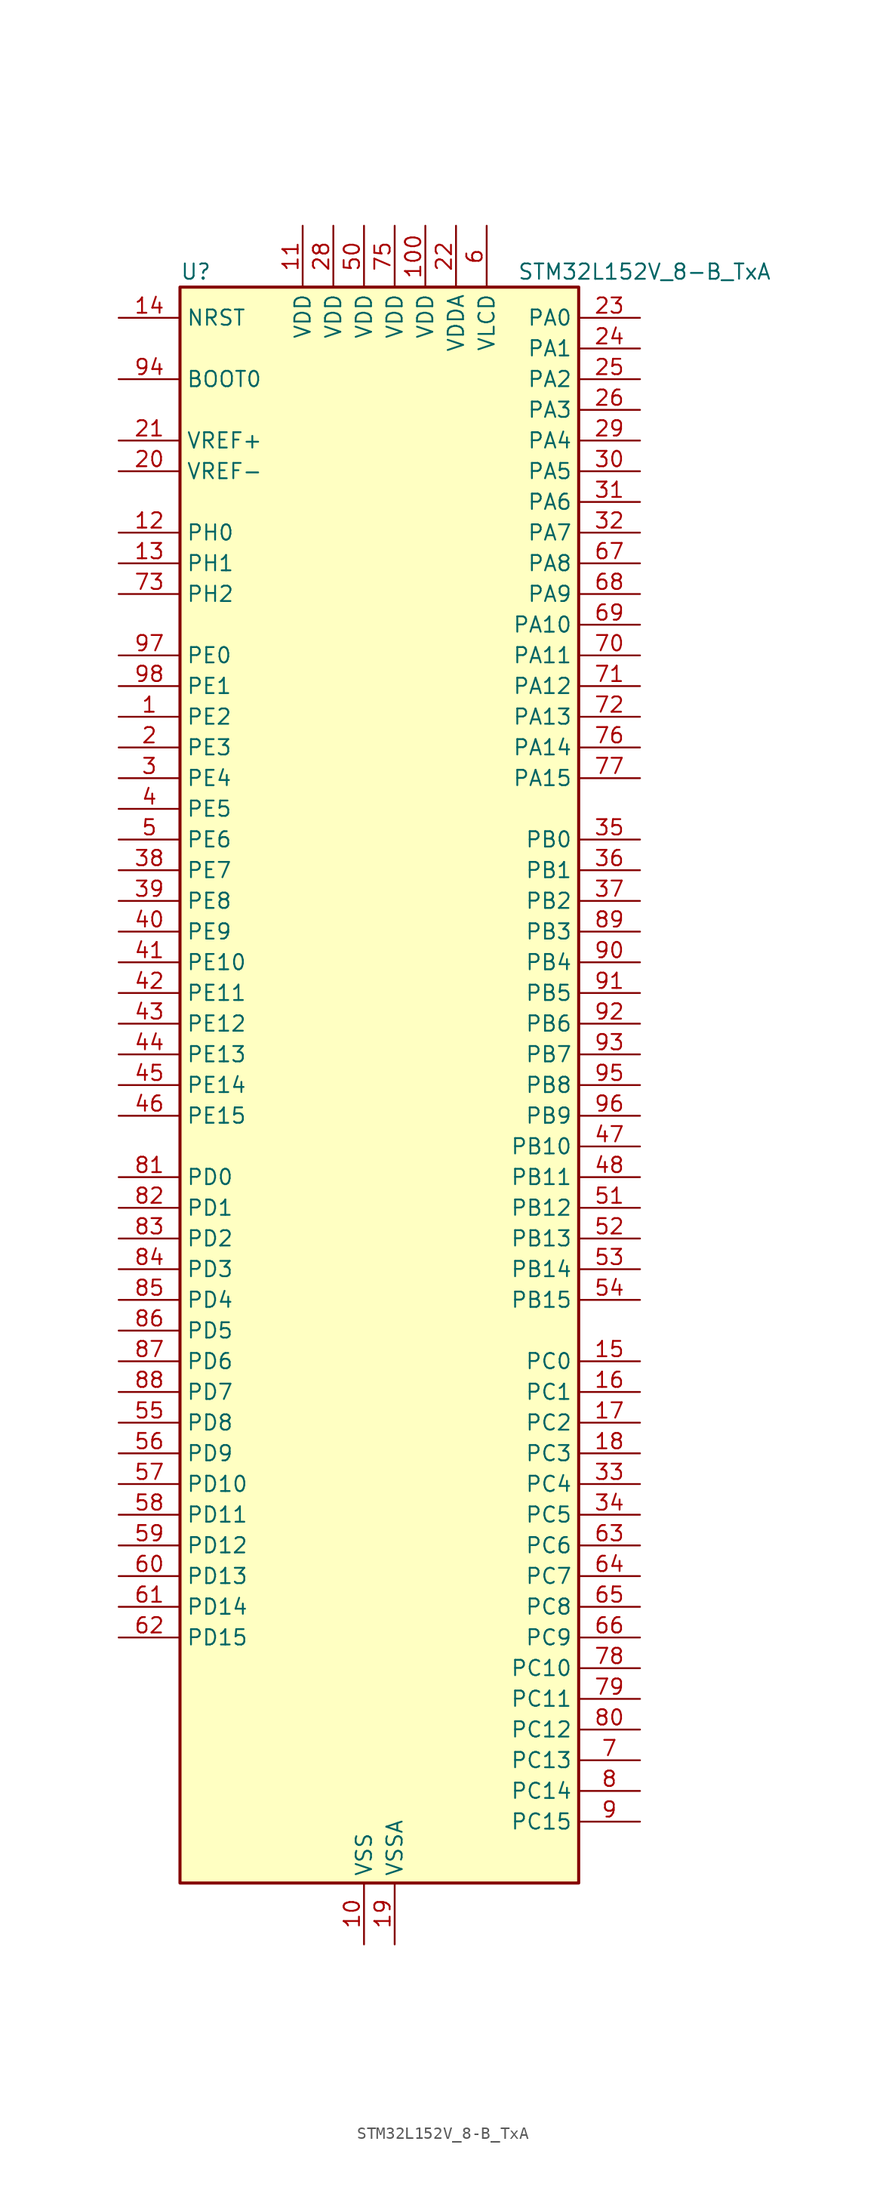
<source format=kicad_sym>
(kicad_symbol_lib
  (version 20220914)
  (generator kicad_symbol_editor)
  (symbol "STM32L152V_8-B_TxA"
    (property "Reference" "U"
      (at -15.24 67.31 0)
      (effects (font (size 1.27 1.27)) (justify left)))
    (property "Value" "STM32L152V_8-B_TxA"
      (at 12.7 67.31 0)
      (effects (font (size 1.27 1.27)) (justify left)))
    (property "ki_locked" ""
      (at 0 0 0)
      (effects (font (size 1.27 1.27))))
    (symbol "STM32L152V_8-B_TxA_0_1"
      (rectangle (start -15.24 -66.04) (end 17.78 66.04) (stroke (width 0.254) (type default)) (fill (type background))))
    (symbol "STM32L152V_8-B_TxA_1_1"
      (pin bidirectional line (at -20.32 30.48 0) (length 5.08) (name "PE2" (effects (font (size 1.27 1.27)))) (number "1" (effects (font (size 1.27 1.27)))) (alternate "LCD_SEG38" bidirectional line) (alternate "SYS_TRACECK" bidirectional line) (alternate "TIM3_ETR" bidirectional line) (alternate "TIMX_IC3" bidirectional line))
      (pin power_in line (at 0 -71.12 90) (length 5.08) (name "VSS" (effects (font (size 1.27 1.27)))) (number "10" (effects (font (size 1.27 1.27)))))
      (pin power_in line (at 5.08 71.12 270) (length 5.08) (name "VDD" (effects (font (size 1.27 1.27)))) (number "100" (effects (font (size 1.27 1.27)))))
      (pin power_in line (at -5.08 71.12 270) (length 5.08) (name "VDD" (effects (font (size 1.27 1.27)))) (number "11" (effects (font (size 1.27 1.27)))))
      (pin bidirectional line (at -20.32 45.72 0) (length 5.08) (name "PH0" (effects (font (size 1.27 1.27)))) (number "12" (effects (font (size 1.27 1.27)))) (alternate "RCC_OSC_IN" bidirectional line))
      (pin bidirectional line (at -20.32 43.18 0) (length 5.08) (name "PH1" (effects (font (size 1.27 1.27)))) (number "13" (effects (font (size 1.27 1.27)))) (alternate "RCC_OSC_OUT" bidirectional line))
      (pin input line (at -20.32 63.5 0) (length 5.08) (name "NRST" (effects (font (size 1.27 1.27)))) (number "14" (effects (font (size 1.27 1.27)))))
      (pin bidirectional line (at 22.86 -22.86 180) (length 5.08) (name "PC0" (effects (font (size 1.27 1.27)))) (number "15" (effects (font (size 1.27 1.27)))) (alternate "ADC_IN10" bidirectional line) (alternate "COMP1_INP" bidirectional line) (alternate "LCD_SEG18" bidirectional line) (alternate "TIMX_IC1" bidirectional line) (alternate "TS_G8_IO1" bidirectional line))
      (pin bidirectional line (at 22.86 -25.4 180) (length 5.08) (name "PC1" (effects (font (size 1.27 1.27)))) (number "16" (effects (font (size 1.27 1.27)))) (alternate "ADC_IN11" bidirectional line) (alternate "COMP1_INP" bidirectional line) (alternate "LCD_SEG19" bidirectional line) (alternate "TIMX_IC2" bidirectional line) (alternate "TS_G8_IO2" bidirectional line))
      (pin bidirectional line (at 22.86 -27.94 180) (length 5.08) (name "PC2" (effects (font (size 1.27 1.27)))) (number "17" (effects (font (size 1.27 1.27)))) (alternate "ADC_IN12" bidirectional line) (alternate "COMP1_INP" bidirectional line) (alternate "LCD_SEG20" bidirectional line) (alternate "TIMX_IC3" bidirectional line) (alternate "TS_G8_IO3" bidirectional line))
      (pin bidirectional line (at 22.86 -30.48 180) (length 5.08) (name "PC3" (effects (font (size 1.27 1.27)))) (number "18" (effects (font (size 1.27 1.27)))) (alternate "ADC_IN13" bidirectional line) (alternate "COMP1_INP" bidirectional line) (alternate "LCD_SEG21" bidirectional line) (alternate "TIMX_IC4" bidirectional line) (alternate "TS_G8_IO4" bidirectional line))
      (pin power_in line (at 2.54 -71.12 90) (length 5.08) (name "VSSA" (effects (font (size 1.27 1.27)))) (number "19" (effects (font (size 1.27 1.27)))))
      (pin bidirectional line (at -20.32 27.94 0) (length 5.08) (name "PE3" (effects (font (size 1.27 1.27)))) (number "2" (effects (font (size 1.27 1.27)))) (alternate "LCD_SEG39" bidirectional line) (alternate "SYS_TRACED0" bidirectional line) (alternate "TIM3_CH1" bidirectional line) (alternate "TIMX_IC4" bidirectional line))
      (pin input line (at -20.32 50.8 0) (length 5.08) (name "VREF-" (effects (font (size 1.27 1.27)))) (number "20" (effects (font (size 1.27 1.27)))))
      (pin input line (at -20.32 53.34 0) (length 5.08) (name "VREF+" (effects (font (size 1.27 1.27)))) (number "21" (effects (font (size 1.27 1.27)))))
      (pin power_in line (at 7.62 71.12 270) (length 5.08) (name "VDDA" (effects (font (size 1.27 1.27)))) (number "22" (effects (font (size 1.27 1.27)))))
      (pin bidirectional line (at 22.86 63.5 180) (length 5.08) (name "PA0" (effects (font (size 1.27 1.27)))) (number "23" (effects (font (size 1.27 1.27)))) (alternate "ADC_IN0" bidirectional line) (alternate "COMP1_INP" bidirectional line) (alternate "RTC_TAMP2" bidirectional line) (alternate "SYS_WKUP1" bidirectional line) (alternate "TIM2_CH1" bidirectional line) (alternate "TIM2_ETR" bidirectional line) (alternate "TIMX_IC1" bidirectional line) (alternate "TS_G1_IO1" bidirectional line) (alternate "USART2_CTS" bidirectional line))
      (pin bidirectional line (at 22.86 60.96 180) (length 5.08) (name "PA1" (effects (font (size 1.27 1.27)))) (number "24" (effects (font (size 1.27 1.27)))) (alternate "ADC_IN1" bidirectional line) (alternate "COMP1_INP" bidirectional line) (alternate "LCD_SEG0" bidirectional line) (alternate "TIM2_CH2" bidirectional line) (alternate "TIMX_IC2" bidirectional line) (alternate "TS_G1_IO2" bidirectional line) (alternate "USART2_RTS" bidirectional line))
      (pin bidirectional line (at 22.86 58.42 180) (length 5.08) (name "PA2" (effects (font (size 1.27 1.27)))) (number "25" (effects (font (size 1.27 1.27)))) (alternate "ADC_IN2" bidirectional line) (alternate "COMP1_INP" bidirectional line) (alternate "LCD_SEG1" bidirectional line) (alternate "TIM2_CH3" bidirectional line) (alternate "TIM9_CH1" bidirectional line) (alternate "TIMX_IC3" bidirectional line) (alternate "TS_G1_IO3" bidirectional line) (alternate "USART2_TX" bidirectional line))
      (pin bidirectional line (at 22.86 55.88 180) (length 5.08) (name "PA3" (effects (font (size 1.27 1.27)))) (number "26" (effects (font (size 1.27 1.27)))) (alternate "ADC_IN3" bidirectional line) (alternate "COMP1_INP" bidirectional line) (alternate "LCD_SEG2" bidirectional line) (alternate "TIM2_CH4" bidirectional line) (alternate "TIM9_CH2" bidirectional line) (alternate "TIMX_IC4" bidirectional line) (alternate "TS_G1_IO4" bidirectional line) (alternate "USART2_RX" bidirectional line))
      (pin passive line (at 0 -71.12 90) (length 5.08) hide (name "VSS" (effects (font (size 1.27 1.27)))) (number "27" (effects (font (size 1.27 1.27)))))
      (pin power_in line (at -2.54 71.12 270) (length 5.08) (name "VDD" (effects (font (size 1.27 1.27)))) (number "28" (effects (font (size 1.27 1.27)))))
      (pin bidirectional line (at 22.86 53.34 180) (length 5.08) (name "PA4" (effects (font (size 1.27 1.27)))) (number "29" (effects (font (size 1.27 1.27)))) (alternate "ADC_IN4" bidirectional line) (alternate "COMP1_INP" bidirectional line) (alternate "DAC_OUT1" bidirectional line) (alternate "SPI1_NSS" bidirectional line) (alternate "TIMX_IC1" bidirectional line) (alternate "USART2_CK" bidirectional line))
      (pin bidirectional line (at -20.32 25.4 0) (length 5.08) (name "PE4" (effects (font (size 1.27 1.27)))) (number "3" (effects (font (size 1.27 1.27)))) (alternate "SYS_TRACED1" bidirectional line) (alternate "TIM3_CH2" bidirectional line) (alternate "TIMX_IC1" bidirectional line))
      (pin bidirectional line (at 22.86 50.8 180) (length 5.08) (name "PA5" (effects (font (size 1.27 1.27)))) (number "30" (effects (font (size 1.27 1.27)))) (alternate "ADC_IN5" bidirectional line) (alternate "COMP1_INP" bidirectional line) (alternate "DAC_OUT2" bidirectional line) (alternate "SPI1_SCK" bidirectional line) (alternate "TIM2_CH1" bidirectional line) (alternate "TIM2_ETR" bidirectional line) (alternate "TIMX_IC2" bidirectional line))
      (pin bidirectional line (at 22.86 48.26 180) (length 5.08) (name "PA6" (effects (font (size 1.27 1.27)))) (number "31" (effects (font (size 1.27 1.27)))) (alternate "ADC_IN6" bidirectional line) (alternate "COMP1_INP" bidirectional line) (alternate "LCD_SEG3" bidirectional line) (alternate "SPI1_MISO" bidirectional line) (alternate "TIM10_CH1" bidirectional line) (alternate "TIM3_CH1" bidirectional line) (alternate "TIMX_IC3" bidirectional line) (alternate "TS_G2_IO1" bidirectional line))
      (pin bidirectional line (at 22.86 45.72 180) (length 5.08) (name "PA7" (effects (font (size 1.27 1.27)))) (number "32" (effects (font (size 1.27 1.27)))) (alternate "ADC_IN7" bidirectional line) (alternate "COMP1_INP" bidirectional line) (alternate "LCD_SEG4" bidirectional line) (alternate "SPI1_MOSI" bidirectional line) (alternate "TIM11_CH1" bidirectional line) (alternate "TIM3_CH2" bidirectional line) (alternate "TIMX_IC4" bidirectional line) (alternate "TS_G2_IO2" bidirectional line))
      (pin bidirectional line (at 22.86 -33.02 180) (length 5.08) (name "PC4" (effects (font (size 1.27 1.27)))) (number "33" (effects (font (size 1.27 1.27)))) (alternate "ADC_IN14" bidirectional line) (alternate "COMP1_INP" bidirectional line) (alternate "LCD_SEG22" bidirectional line) (alternate "TIMX_IC1" bidirectional line) (alternate "TS_G9_IO1" bidirectional line))
      (pin bidirectional line (at 22.86 -35.56 180) (length 5.08) (name "PC5" (effects (font (size 1.27 1.27)))) (number "34" (effects (font (size 1.27 1.27)))) (alternate "ADC_IN15" bidirectional line) (alternate "COMP1_INP" bidirectional line) (alternate "LCD_SEG23" bidirectional line) (alternate "TIMX_IC2" bidirectional line) (alternate "TS_G9_IO2" bidirectional line))
      (pin bidirectional line (at 22.86 20.32 180) (length 5.08) (name "PB0" (effects (font (size 1.27 1.27)))) (number "35" (effects (font (size 1.27 1.27)))) (alternate "ADC_IN8" bidirectional line) (alternate "COMP1_INP" bidirectional line) (alternate "LCD_SEG5" bidirectional line) (alternate "SYS_V_REF_OUT" bidirectional line) (alternate "TIM3_CH3" bidirectional line) (alternate "TS_G3_IO1" bidirectional line))
      (pin bidirectional line (at 22.86 17.78 180) (length 5.08) (name "PB1" (effects (font (size 1.27 1.27)))) (number "36" (effects (font (size 1.27 1.27)))) (alternate "ADC_IN9" bidirectional line) (alternate "COMP1_INP" bidirectional line) (alternate "LCD_SEG6" bidirectional line) (alternate "SYS_V_REF_OUT" bidirectional line) (alternate "TIM3_CH4" bidirectional line) (alternate "TS_G3_IO2" bidirectional line))
      (pin bidirectional line (at 22.86 15.24 180) (length 5.08) (name "PB2" (effects (font (size 1.27 1.27)))) (number "37" (effects (font (size 1.27 1.27)))) (alternate "TS_G3_IO3" bidirectional line))
      (pin bidirectional line (at -20.32 17.78 0) (length 5.08) (name "PE7" (effects (font (size 1.27 1.27)))) (number "38" (effects (font (size 1.27 1.27)))) (alternate "ADC_IN22" bidirectional line) (alternate "COMP1_INP" bidirectional line) (alternate "TIMX_IC4" bidirectional line))
      (pin bidirectional line (at -20.32 15.24 0) (length 5.08) (name "PE8" (effects (font (size 1.27 1.27)))) (number "39" (effects (font (size 1.27 1.27)))) (alternate "ADC_IN23" bidirectional line) (alternate "COMP1_INP" bidirectional line) (alternate "TIMX_IC1" bidirectional line))
      (pin bidirectional line (at -20.32 22.86 0) (length 5.08) (name "PE5" (effects (font (size 1.27 1.27)))) (number "4" (effects (font (size 1.27 1.27)))) (alternate "SYS_TRACED2" bidirectional line) (alternate "TIM9_CH1" bidirectional line) (alternate "TIMX_IC2" bidirectional line))
      (pin bidirectional line (at -20.32 12.7 0) (length 5.08) (name "PE9" (effects (font (size 1.27 1.27)))) (number "40" (effects (font (size 1.27 1.27)))) (alternate "ADC_IN24" bidirectional line) (alternate "COMP1_INP" bidirectional line) (alternate "DAC_EXTI9" bidirectional line) (alternate "TIM2_CH1" bidirectional line) (alternate "TIM2_ETR" bidirectional line) (alternate "TIMX_IC2" bidirectional line))
      (pin bidirectional line (at -20.32 10.16 0) (length 5.08) (name "PE10" (effects (font (size 1.27 1.27)))) (number "41" (effects (font (size 1.27 1.27)))) (alternate "ADC_IN25" bidirectional line) (alternate "COMP1_INP" bidirectional line) (alternate "TIM2_CH2" bidirectional line) (alternate "TIMX_IC3" bidirectional line))
      (pin bidirectional line (at -20.32 7.62 0) (length 5.08) (name "PE11" (effects (font (size 1.27 1.27)))) (number "42" (effects (font (size 1.27 1.27)))) (alternate "ADC_EXTI11" bidirectional line) (alternate "TIM2_CH3" bidirectional line) (alternate "TIMX_IC4" bidirectional line))
      (pin bidirectional line (at -20.32 5.08 0) (length 5.08) (name "PE12" (effects (font (size 1.27 1.27)))) (number "43" (effects (font (size 1.27 1.27)))) (alternate "SPI1_NSS" bidirectional line) (alternate "TIM2_CH4" bidirectional line) (alternate "TIMX_IC1" bidirectional line))
      (pin bidirectional line (at -20.32 2.54 0) (length 5.08) (name "PE13" (effects (font (size 1.27 1.27)))) (number "44" (effects (font (size 1.27 1.27)))) (alternate "SPI1_SCK" bidirectional line) (alternate "TIMX_IC2" bidirectional line))
      (pin bidirectional line (at -20.32 0 0) (length 5.08) (name "PE14" (effects (font (size 1.27 1.27)))) (number "45" (effects (font (size 1.27 1.27)))) (alternate "SPI1_MISO" bidirectional line) (alternate "TIMX_IC3" bidirectional line))
      (pin bidirectional line (at -20.32 -2.54 0) (length 5.08) (name "PE15" (effects (font (size 1.27 1.27)))) (number "46" (effects (font (size 1.27 1.27)))) (alternate "ADC_EXTI15" bidirectional line) (alternate "SPI1_MOSI" bidirectional line) (alternate "TIMX_IC4" bidirectional line))
      (pin bidirectional line (at 22.86 -5.08 180) (length 5.08) (name "PB10" (effects (font (size 1.27 1.27)))) (number "47" (effects (font (size 1.27 1.27)))) (alternate "I2C2_SCL" bidirectional line) (alternate "LCD_SEG10" bidirectional line) (alternate "TIM2_CH3" bidirectional line) (alternate "USART3_TX" bidirectional line))
      (pin bidirectional line (at 22.86 -7.62 180) (length 5.08) (name "PB11" (effects (font (size 1.27 1.27)))) (number "48" (effects (font (size 1.27 1.27)))) (alternate "ADC_EXTI11" bidirectional line) (alternate "I2C2_SDA" bidirectional line) (alternate "LCD_SEG11" bidirectional line) (alternate "TIM2_CH4" bidirectional line) (alternate "USART3_RX" bidirectional line))
      (pin passive line (at 0 -71.12 90) (length 5.08) hide (name "VSS" (effects (font (size 1.27 1.27)))) (number "49" (effects (font (size 1.27 1.27)))))
      (pin bidirectional line (at -20.32 20.32 0) (length 5.08) (name "PE6" (effects (font (size 1.27 1.27)))) (number "5" (effects (font (size 1.27 1.27)))) (alternate "RTC_TAMP3" bidirectional line) (alternate "SYS_TRACED3" bidirectional line) (alternate "SYS_WKUP3" bidirectional line) (alternate "TIM9_CH2" bidirectional line) (alternate "TIMX_IC3" bidirectional line))
      (pin power_in line (at 0 71.12 270) (length 5.08) (name "VDD" (effects (font (size 1.27 1.27)))) (number "50" (effects (font (size 1.27 1.27)))))
      (pin bidirectional line (at 22.86 -10.16 180) (length 5.08) (name "PB12" (effects (font (size 1.27 1.27)))) (number "51" (effects (font (size 1.27 1.27)))) (alternate "ADC_IN18" bidirectional line) (alternate "COMP1_INP" bidirectional line) (alternate "I2C2_SMBA" bidirectional line) (alternate "LCD_SEG12" bidirectional line) (alternate "SPI2_NSS" bidirectional line) (alternate "TIM10_CH1" bidirectional line) (alternate "TS_G7_IO1" bidirectional line) (alternate "USART3_CK" bidirectional line))
      (pin bidirectional line (at 22.86 -12.7 180) (length 5.08) (name "PB13" (effects (font (size 1.27 1.27)))) (number "52" (effects (font (size 1.27 1.27)))) (alternate "ADC_IN19" bidirectional line) (alternate "COMP1_INP" bidirectional line) (alternate "LCD_SEG13" bidirectional line) (alternate "SPI2_SCK" bidirectional line) (alternate "TIM9_CH1" bidirectional line) (alternate "TS_G7_IO2" bidirectional line) (alternate "USART3_CTS" bidirectional line))
      (pin bidirectional line (at 22.86 -15.24 180) (length 5.08) (name "PB14" (effects (font (size 1.27 1.27)))) (number "53" (effects (font (size 1.27 1.27)))) (alternate "ADC_IN20" bidirectional line) (alternate "COMP1_INP" bidirectional line) (alternate "LCD_SEG14" bidirectional line) (alternate "SPI2_MISO" bidirectional line) (alternate "TIM9_CH2" bidirectional line) (alternate "TS_G7_IO3" bidirectional line) (alternate "USART3_RTS" bidirectional line))
      (pin bidirectional line (at 22.86 -17.78 180) (length 5.08) (name "PB15" (effects (font (size 1.27 1.27)))) (number "54" (effects (font (size 1.27 1.27)))) (alternate "ADC_EXTI15" bidirectional line) (alternate "ADC_IN21" bidirectional line) (alternate "COMP1_INP" bidirectional line) (alternate "LCD_SEG15" bidirectional line) (alternate "RTC_REFIN" bidirectional line) (alternate "SPI2_MOSI" bidirectional line) (alternate "TIM11_CH1" bidirectional line) (alternate "TS_G7_IO4" bidirectional line))
      (pin bidirectional line (at -20.32 -27.94 0) (length 5.08) (name "PD8" (effects (font (size 1.27 1.27)))) (number "55" (effects (font (size 1.27 1.27)))) (alternate "LCD_SEG28" bidirectional line) (alternate "TIMX_IC1" bidirectional line) (alternate "USART3_TX" bidirectional line))
      (pin bidirectional line (at -20.32 -30.48 0) (length 5.08) (name "PD9" (effects (font (size 1.27 1.27)))) (number "56" (effects (font (size 1.27 1.27)))) (alternate "DAC_EXTI9" bidirectional line) (alternate "LCD_SEG29" bidirectional line) (alternate "TIMX_IC2" bidirectional line) (alternate "USART3_RX" bidirectional line))
      (pin bidirectional line (at -20.32 -33.02 0) (length 5.08) (name "PD10" (effects (font (size 1.27 1.27)))) (number "57" (effects (font (size 1.27 1.27)))) (alternate "LCD_SEG30" bidirectional line) (alternate "TIMX_IC3" bidirectional line) (alternate "USART3_CK" bidirectional line))
      (pin bidirectional line (at -20.32 -35.56 0) (length 5.08) (name "PD11" (effects (font (size 1.27 1.27)))) (number "58" (effects (font (size 1.27 1.27)))) (alternate "ADC_EXTI11" bidirectional line) (alternate "LCD_SEG31" bidirectional line) (alternate "TIMX_IC4" bidirectional line) (alternate "USART3_CTS" bidirectional line))
      (pin bidirectional line (at -20.32 -38.1 0) (length 5.08) (name "PD12" (effects (font (size 1.27 1.27)))) (number "59" (effects (font (size 1.27 1.27)))) (alternate "LCD_SEG32" bidirectional line) (alternate "TIM4_CH1" bidirectional line) (alternate "TIMX_IC1" bidirectional line) (alternate "USART3_RTS" bidirectional line))
      (pin power_in line (at 10.16 71.12 270) (length 5.08) (name "VLCD" (effects (font (size 1.27 1.27)))) (number "6" (effects (font (size 1.27 1.27)))))
      (pin bidirectional line (at -20.32 -40.64 0) (length 5.08) (name "PD13" (effects (font (size 1.27 1.27)))) (number "60" (effects (font (size 1.27 1.27)))) (alternate "LCD_SEG33" bidirectional line) (alternate "TIM4_CH2" bidirectional line) (alternate "TIMX_IC2" bidirectional line))
      (pin bidirectional line (at -20.32 -43.18 0) (length 5.08) (name "PD14" (effects (font (size 1.27 1.27)))) (number "61" (effects (font (size 1.27 1.27)))) (alternate "LCD_SEG34" bidirectional line) (alternate "TIM4_CH3" bidirectional line) (alternate "TIMX_IC3" bidirectional line))
      (pin bidirectional line (at -20.32 -45.72 0) (length 5.08) (name "PD15" (effects (font (size 1.27 1.27)))) (number "62" (effects (font (size 1.27 1.27)))) (alternate "ADC_EXTI15" bidirectional line) (alternate "LCD_SEG35" bidirectional line) (alternate "TIM4_CH4" bidirectional line) (alternate "TIMX_IC4" bidirectional line))
      (pin bidirectional line (at 22.86 -38.1 180) (length 5.08) (name "PC6" (effects (font (size 1.27 1.27)))) (number "63" (effects (font (size 1.27 1.27)))) (alternate "LCD_SEG24" bidirectional line) (alternate "TIM3_CH1" bidirectional line) (alternate "TIMX_IC3" bidirectional line) (alternate "TS_G10_IO1" bidirectional line))
      (pin bidirectional line (at 22.86 -40.64 180) (length 5.08) (name "PC7" (effects (font (size 1.27 1.27)))) (number "64" (effects (font (size 1.27 1.27)))) (alternate "LCD_SEG25" bidirectional line) (alternate "TIM3_CH2" bidirectional line) (alternate "TIMX_IC4" bidirectional line) (alternate "TS_G10_IO2" bidirectional line))
      (pin bidirectional line (at 22.86 -43.18 180) (length 5.08) (name "PC8" (effects (font (size 1.27 1.27)))) (number "65" (effects (font (size 1.27 1.27)))) (alternate "LCD_SEG26" bidirectional line) (alternate "TIM3_CH3" bidirectional line) (alternate "TIMX_IC1" bidirectional line) (alternate "TS_G10_IO3" bidirectional line))
      (pin bidirectional line (at 22.86 -45.72 180) (length 5.08) (name "PC9" (effects (font (size 1.27 1.27)))) (number "66" (effects (font (size 1.27 1.27)))) (alternate "DAC_EXTI9" bidirectional line) (alternate "LCD_SEG27" bidirectional line) (alternate "TIM3_CH4" bidirectional line) (alternate "TIMX_IC2" bidirectional line) (alternate "TS_G10_IO4" bidirectional line))
      (pin bidirectional line (at 22.86 43.18 180) (length 5.08) (name "PA8" (effects (font (size 1.27 1.27)))) (number "67" (effects (font (size 1.27 1.27)))) (alternate "LCD_COM0" bidirectional line) (alternate "RCC_MCO" bidirectional line) (alternate "TIMX_IC1" bidirectional line) (alternate "TS_G4_IO1" bidirectional line) (alternate "USART1_CK" bidirectional line))
      (pin bidirectional line (at 22.86 40.64 180) (length 5.08) (name "PA9" (effects (font (size 1.27 1.27)))) (number "68" (effects (font (size 1.27 1.27)))) (alternate "DAC_EXTI9" bidirectional line) (alternate "LCD_COM1" bidirectional line) (alternate "TIMX_IC2" bidirectional line) (alternate "TS_G4_IO2" bidirectional line) (alternate "USART1_TX" bidirectional line))
      (pin bidirectional line (at 22.86 38.1 180) (length 5.08) (name "PA10" (effects (font (size 1.27 1.27)))) (number "69" (effects (font (size 1.27 1.27)))) (alternate "LCD_COM2" bidirectional line) (alternate "TIMX_IC3" bidirectional line) (alternate "TS_G4_IO3" bidirectional line) (alternate "USART1_RX" bidirectional line))
      (pin bidirectional line (at 22.86 -55.88 180) (length 5.08) (name "PC13" (effects (font (size 1.27 1.27)))) (number "7" (effects (font (size 1.27 1.27)))) (alternate "RTC_OUT_ALARM" bidirectional line) (alternate "RTC_OUT_CALIB" bidirectional line) (alternate "RTC_TAMP1" bidirectional line) (alternate "RTC_TS" bidirectional line) (alternate "SYS_WKUP2" bidirectional line) (alternate "TIMX_IC2" bidirectional line))
      (pin bidirectional line (at 22.86 35.56 180) (length 5.08) (name "PA11" (effects (font (size 1.27 1.27)))) (number "70" (effects (font (size 1.27 1.27)))) (alternate "ADC_EXTI11" bidirectional line) (alternate "SPI1_MISO" bidirectional line) (alternate "TIMX_IC4" bidirectional line) (alternate "USART1_CTS" bidirectional line) (alternate "USB_DM" bidirectional line))
      (pin bidirectional line (at 22.86 33.02 180) (length 5.08) (name "PA12" (effects (font (size 1.27 1.27)))) (number "71" (effects (font (size 1.27 1.27)))) (alternate "SPI1_MOSI" bidirectional line) (alternate "TIMX_IC1" bidirectional line) (alternate "USART1_RTS" bidirectional line) (alternate "USB_DP" bidirectional line))
      (pin bidirectional line (at 22.86 30.48 180) (length 5.08) (name "PA13" (effects (font (size 1.27 1.27)))) (number "72" (effects (font (size 1.27 1.27)))) (alternate "SYS_JTMS-SWDIO" bidirectional line) (alternate "TIMX_IC2" bidirectional line) (alternate "TS_G5_IO1" bidirectional line))
      (pin bidirectional line (at -20.32 40.64 0) (length 5.08) (name "PH2" (effects (font (size 1.27 1.27)))) (number "73" (effects (font (size 1.27 1.27)))))
      (pin passive line (at 0 -71.12 90) (length 5.08) hide (name "VSS" (effects (font (size 1.27 1.27)))) (number "74" (effects (font (size 1.27 1.27)))))
      (pin power_in line (at 2.54 71.12 270) (length 5.08) (name "VDD" (effects (font (size 1.27 1.27)))) (number "75" (effects (font (size 1.27 1.27)))))
      (pin bidirectional line (at 22.86 27.94 180) (length 5.08) (name "PA14" (effects (font (size 1.27 1.27)))) (number "76" (effects (font (size 1.27 1.27)))) (alternate "SYS_JTCK-SWCLK" bidirectional line) (alternate "TIMX_IC3" bidirectional line) (alternate "TS_G5_IO2" bidirectional line))
      (pin bidirectional line (at 22.86 25.4 180) (length 5.08) (name "PA15" (effects (font (size 1.27 1.27)))) (number "77" (effects (font (size 1.27 1.27)))) (alternate "ADC_EXTI15" bidirectional line) (alternate "LCD_SEG17" bidirectional line) (alternate "SPI1_NSS" bidirectional line) (alternate "SYS_JTDI" bidirectional line) (alternate "TIM2_CH1" bidirectional line) (alternate "TIM2_ETR" bidirectional line) (alternate "TIMX_IC4" bidirectional line) (alternate "TS_G5_IO3" bidirectional line))
      (pin bidirectional line (at 22.86 -48.26 180) (length 5.08) (name "PC10" (effects (font (size 1.27 1.27)))) (number "78" (effects (font (size 1.27 1.27)))) (alternate "LCD_COM4" bidirectional line) (alternate "LCD_SEG28" bidirectional line) (alternate "LCD_SEG40" bidirectional line) (alternate "TIMX_IC3" bidirectional line) (alternate "USART3_TX" bidirectional line))
      (pin bidirectional line (at 22.86 -50.8 180) (length 5.08) (name "PC11" (effects (font (size 1.27 1.27)))) (number "79" (effects (font (size 1.27 1.27)))) (alternate "ADC_EXTI11" bidirectional line) (alternate "LCD_COM5" bidirectional line) (alternate "LCD_SEG29" bidirectional line) (alternate "LCD_SEG41" bidirectional line) (alternate "TIMX_IC4" bidirectional line) (alternate "USART3_RX" bidirectional line))
      (pin bidirectional line (at 22.86 -58.42 180) (length 5.08) (name "PC14" (effects (font (size 1.27 1.27)))) (number "8" (effects (font (size 1.27 1.27)))) (alternate "RCC_OSC32_IN" bidirectional line) (alternate "TIMX_IC3" bidirectional line))
      (pin bidirectional line (at 22.86 -53.34 180) (length 5.08) (name "PC12" (effects (font (size 1.27 1.27)))) (number "80" (effects (font (size 1.27 1.27)))) (alternate "LCD_COM6" bidirectional line) (alternate "LCD_SEG30" bidirectional line) (alternate "LCD_SEG42" bidirectional line) (alternate "TIMX_IC1" bidirectional line) (alternate "USART3_CK" bidirectional line))
      (pin bidirectional line (at -20.32 -7.62 0) (length 5.08) (name "PD0" (effects (font (size 1.27 1.27)))) (number "81" (effects (font (size 1.27 1.27)))) (alternate "SPI2_NSS" bidirectional line) (alternate "TIM9_CH1" bidirectional line) (alternate "TIMX_IC1" bidirectional line))
      (pin bidirectional line (at -20.32 -10.16 0) (length 5.08) (name "PD1" (effects (font (size 1.27 1.27)))) (number "82" (effects (font (size 1.27 1.27)))) (alternate "SPI2_SCK" bidirectional line) (alternate "TIMX_IC2" bidirectional line))
      (pin bidirectional line (at -20.32 -12.7 0) (length 5.08) (name "PD2" (effects (font (size 1.27 1.27)))) (number "83" (effects (font (size 1.27 1.27)))) (alternate "LCD_COM7" bidirectional line) (alternate "LCD_SEG31" bidirectional line) (alternate "LCD_SEG43" bidirectional line) (alternate "TIM3_ETR" bidirectional line) (alternate "TIMX_IC3" bidirectional line))
      (pin bidirectional line (at -20.32 -15.24 0) (length 5.08) (name "PD3" (effects (font (size 1.27 1.27)))) (number "84" (effects (font (size 1.27 1.27)))) (alternate "SPI2_MISO" bidirectional line) (alternate "TIMX_IC4" bidirectional line) (alternate "USART2_CTS" bidirectional line))
      (pin bidirectional line (at -20.32 -17.78 0) (length 5.08) (name "PD4" (effects (font (size 1.27 1.27)))) (number "85" (effects (font (size 1.27 1.27)))) (alternate "SPI2_MOSI" bidirectional line) (alternate "TIMX_IC1" bidirectional line) (alternate "USART2_RTS" bidirectional line))
      (pin bidirectional line (at -20.32 -20.32 0) (length 5.08) (name "PD5" (effects (font (size 1.27 1.27)))) (number "86" (effects (font (size 1.27 1.27)))) (alternate "TIMX_IC2" bidirectional line) (alternate "USART2_TX" bidirectional line))
      (pin bidirectional line (at -20.32 -22.86 0) (length 5.08) (name "PD6" (effects (font (size 1.27 1.27)))) (number "87" (effects (font (size 1.27 1.27)))) (alternate "TIMX_IC3" bidirectional line) (alternate "USART2_RX" bidirectional line))
      (pin bidirectional line (at -20.32 -25.4 0) (length 5.08) (name "PD7" (effects (font (size 1.27 1.27)))) (number "88" (effects (font (size 1.27 1.27)))) (alternate "TIM9_CH2" bidirectional line) (alternate "TIMX_IC4" bidirectional line) (alternate "USART2_CK" bidirectional line))
      (pin bidirectional line (at 22.86 12.7 180) (length 5.08) (name "PB3" (effects (font (size 1.27 1.27)))) (number "89" (effects (font (size 1.27 1.27)))) (alternate "COMP2_INM" bidirectional line) (alternate "LCD_SEG7" bidirectional line) (alternate "SPI1_SCK" bidirectional line) (alternate "SYS_JTDO-TRACESWO" bidirectional line) (alternate "TIM2_CH2" bidirectional line))
      (pin bidirectional line (at 22.86 -60.96 180) (length 5.08) (name "PC15" (effects (font (size 1.27 1.27)))) (number "9" (effects (font (size 1.27 1.27)))) (alternate "ADC_EXTI15" bidirectional line) (alternate "RCC_OSC32_OUT" bidirectional line) (alternate "TIMX_IC4" bidirectional line))
      (pin bidirectional line (at 22.86 10.16 180) (length 5.08) (name "PB4" (effects (font (size 1.27 1.27)))) (number "90" (effects (font (size 1.27 1.27)))) (alternate "COMP2_INP" bidirectional line) (alternate "LCD_SEG8" bidirectional line) (alternate "SPI1_MISO" bidirectional line) (alternate "SYS_JTRST" bidirectional line) (alternate "TIM3_CH1" bidirectional line) (alternate "TS_G6_IO1" bidirectional line))
      (pin bidirectional line (at 22.86 7.62 180) (length 5.08) (name "PB5" (effects (font (size 1.27 1.27)))) (number "91" (effects (font (size 1.27 1.27)))) (alternate "COMP2_INP" bidirectional line) (alternate "I2C1_SMBA" bidirectional line) (alternate "LCD_SEG9" bidirectional line) (alternate "SPI1_MOSI" bidirectional line) (alternate "TIM3_CH2" bidirectional line) (alternate "TS_G6_IO2" bidirectional line))
      (pin bidirectional line (at 22.86 5.08 180) (length 5.08) (name "PB6" (effects (font (size 1.27 1.27)))) (number "92" (effects (font (size 1.27 1.27)))) (alternate "I2C1_SCL" bidirectional line) (alternate "TIM4_CH1" bidirectional line) (alternate "TS_G6_IO3" bidirectional line) (alternate "USART1_TX" bidirectional line))
      (pin bidirectional line (at 22.86 2.54 180) (length 5.08) (name "PB7" (effects (font (size 1.27 1.27)))) (number "93" (effects (font (size 1.27 1.27)))) (alternate "I2C1_SDA" bidirectional line) (alternate "SYS_PVD_IN" bidirectional line) (alternate "TIM4_CH2" bidirectional line) (alternate "TS_G6_IO4" bidirectional line) (alternate "USART1_RX" bidirectional line))
      (pin input line (at -20.32 58.42 0) (length 5.08) (name "BOOT0" (effects (font (size 1.27 1.27)))) (number "94" (effects (font (size 1.27 1.27)))))
      (pin bidirectional line (at 22.86 0 180) (length 5.08) (name "PB8" (effects (font (size 1.27 1.27)))) (number "95" (effects (font (size 1.27 1.27)))) (alternate "I2C1_SCL" bidirectional line) (alternate "LCD_SEG16" bidirectional line) (alternate "TIM10_CH1" bidirectional line) (alternate "TIM4_CH3" bidirectional line))
      (pin bidirectional line (at 22.86 -2.54 180) (length 5.08) (name "PB9" (effects (font (size 1.27 1.27)))) (number "96" (effects (font (size 1.27 1.27)))) (alternate "DAC_EXTI9" bidirectional line) (alternate "I2C1_SDA" bidirectional line) (alternate "LCD_COM3" bidirectional line) (alternate "TIM11_CH1" bidirectional line) (alternate "TIM4_CH4" bidirectional line))
      (pin bidirectional line (at -20.32 35.56 0) (length 5.08) (name "PE0" (effects (font (size 1.27 1.27)))) (number "97" (effects (font (size 1.27 1.27)))) (alternate "LCD_SEG36" bidirectional line) (alternate "TIM10_CH1" bidirectional line) (alternate "TIM4_ETR" bidirectional line) (alternate "TIMX_IC1" bidirectional line))
      (pin bidirectional line (at -20.32 33.02 0) (length 5.08) (name "PE1" (effects (font (size 1.27 1.27)))) (number "98" (effects (font (size 1.27 1.27)))) (alternate "LCD_SEG37" bidirectional line) (alternate "TIM11_CH1" bidirectional line) (alternate "TIMX_IC2" bidirectional line))
      (pin passive line (at 0 -71.12 90) (length 5.08) hide (name "VSS" (effects (font (size 1.27 1.27)))) (number "99" (effects (font (size 1.27 1.27))))))))
</source>
